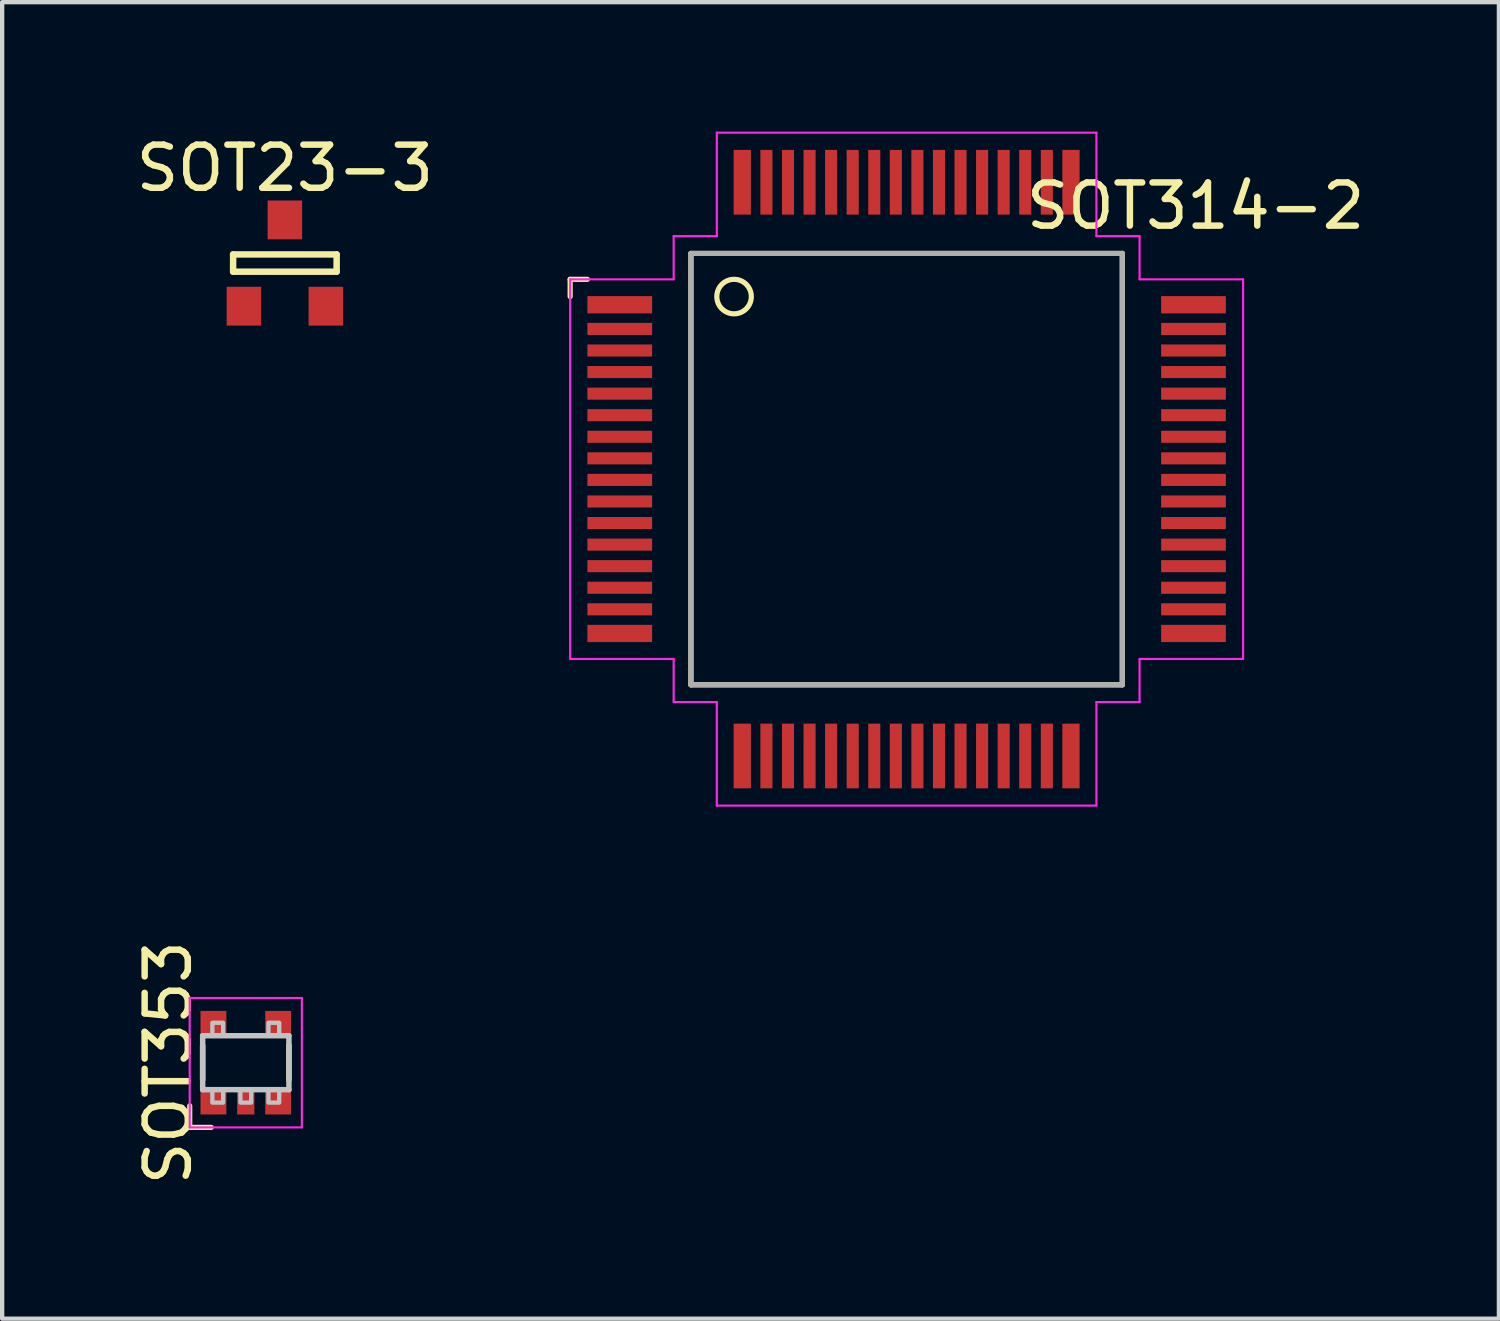
<source format=kicad_pcb>
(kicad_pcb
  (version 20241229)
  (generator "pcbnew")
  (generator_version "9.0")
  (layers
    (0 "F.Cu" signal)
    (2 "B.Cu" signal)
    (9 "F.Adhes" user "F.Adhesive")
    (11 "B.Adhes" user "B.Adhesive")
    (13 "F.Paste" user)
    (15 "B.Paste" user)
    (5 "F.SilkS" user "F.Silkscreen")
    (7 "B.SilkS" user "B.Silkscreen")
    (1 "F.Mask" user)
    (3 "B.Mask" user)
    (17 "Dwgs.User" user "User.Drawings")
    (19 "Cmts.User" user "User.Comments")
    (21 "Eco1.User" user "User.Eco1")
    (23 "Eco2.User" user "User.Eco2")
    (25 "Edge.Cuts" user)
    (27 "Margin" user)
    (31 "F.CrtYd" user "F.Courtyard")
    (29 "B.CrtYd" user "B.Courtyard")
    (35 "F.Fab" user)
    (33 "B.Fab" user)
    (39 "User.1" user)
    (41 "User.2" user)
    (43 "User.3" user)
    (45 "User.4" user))
  (footprint "SOT23-3"
    (layer "F.Cu")
    (at 3.554 3.048)
    (property "Reference" "SOT23-3" (at 0 -2.2 0) (layer "F.SilkS") (effects (font (size 1 1) (thickness 0.15))))
    (attr through_hole)
    (fp_line (start -1.2 -0.2) (end 1.2 -0.2) (stroke (width 0.15) (type solid)) (layer "F.SilkS"))
    (fp_line (start -1.2 0.2) (end -1.2 -0.2) (stroke (width 0.15) (type solid)) (layer "F.SilkS"))
    (fp_line (start 1.2 -0.2) (end 1.2 0.2) (stroke (width 0.15) (type solid)) (layer "F.SilkS"))
    (fp_line (start 1.2 0.2) (end -1.2 0.2) (stroke (width 0.15) (type solid)) (layer "F.SilkS"))
    (pad "1" smd rect (at -0.95 1) (size 0.8 0.9) (layers "F.Cu" "F.Mask" "F.Paste"))
    (pad "2" smd rect (at 0.95 1) (size 0.8 0.9) (layers "F.Cu" "F.Mask" "F.Paste"))
    (pad "3" smd rect (at 0 -1) (size 0.8 0.9) (layers "F.Cu" "F.Mask" "F.Paste")))
  (footprint "SOT314-2"
    (layer "F.Cu")
    (at 17.967 7.825)
    (property "Reference" "SOT314-2" (at 6.7 -6.1 0) (layer "F.SilkS") (effects (font (size 1 1) (thickness 0.15))))
    (attr through_hole)
    (fp_line (start -7.8 -4.4) (end -7.4 -4.4) (stroke (width 0.12) (type solid)) (layer "F.SilkS"))
    (fp_line (start -7.8 -4) (end -7.8 -4.4) (stroke (width 0.12) (type solid)) (layer "F.SilkS"))
    (fp_line (start -5 -5) (end 5 -5) (stroke (width 0.12) (type solid)) (layer "F.SilkS"))
    (fp_line (start -5 5) (end -5 -5) (stroke (width 0.12) (type solid)) (layer "F.SilkS"))
    (fp_line (start 5 -5) (end 5 5) (stroke (width 0.12) (type solid)) (layer "F.SilkS"))
    (fp_line (start 5 5) (end -5 5) (stroke (width 0.12) (type solid)) (layer "F.SilkS"))
    (fp_circle (center -4 -4) (end -3.6 -4) (stroke (width 0.12) (type solid)) (fill no) (layer "F.SilkS"))
    (fp_line (start -7.8 -4.4) (end -7.8 4.4) (stroke (width 0.05) (type solid)) (layer "F.CrtYd"))
    (fp_line (start -7.8 4.4) (end -5.4 4.4) (stroke (width 0.05) (type solid)) (layer "F.CrtYd"))
    (fp_line (start -5.4 -5.4) (end -5.4 -4.4) (stroke (width 0.05) (type solid)) (layer "F.CrtYd"))
    (fp_line (start -5.4 -4.4) (end -7.8 -4.4) (stroke (width 0.05) (type solid)) (layer "F.CrtYd"))
    (fp_line (start -5.4 4.4) (end -5.4 5.4) (stroke (width 0.05) (type solid)) (layer "F.CrtYd"))
    (fp_line (start -5.4 5.4) (end -4.4 5.4) (stroke (width 0.05) (type solid)) (layer "F.CrtYd"))
    (fp_line (start -4.4 -7.8) (end -4.4 -5.4) (stroke (width 0.05) (type solid)) (layer "F.CrtYd"))
    (fp_line (start -4.4 -5.4) (end -5.4 -5.4) (stroke (width 0.05) (type solid)) (layer "F.CrtYd"))
    (fp_line (start -4.4 5.4) (end -4.4 7.8) (stroke (width 0.05) (type solid)) (layer "F.CrtYd"))
    (fp_line (start -4.4 7.8) (end 4.4 7.8) (stroke (width 0.05) (type solid)) (layer "F.CrtYd"))
    (fp_line (start 4.4 -7.8) (end -4.4 -7.8) (stroke (width 0.05) (type solid)) (layer "F.CrtYd"))
    (fp_line (start 4.4 -5.4) (end 4.4 -7.8) (stroke (width 0.05) (type solid)) (layer "F.CrtYd"))
    (fp_line (start 4.4 5.4) (end 5.4 5.4) (stroke (width 0.05) (type solid)) (layer "F.CrtYd"))
    (fp_line (start 4.4 7.8) (end 4.4 5.4) (stroke (width 0.05) (type solid)) (layer "F.CrtYd"))
    (fp_line (start 5.4 -5.4) (end 4.4 -5.4) (stroke (width 0.05) (type solid)) (layer "F.CrtYd"))
    (fp_line (start 5.4 -4.4) (end 5.4 -5.4) (stroke (width 0.05) (type solid)) (layer "F.CrtYd"))
    (fp_line (start 5.4 4.4) (end 7.8 4.4) (stroke (width 0.05) (type solid)) (layer "F.CrtYd"))
    (fp_line (start 5.4 5.4) (end 5.4 4.4) (stroke (width 0.05) (type solid)) (layer "F.CrtYd"))
    (fp_line (start 7.8 -4.4) (end 5.4 -4.4) (stroke (width 0.05) (type solid)) (layer "F.CrtYd"))
    (fp_line (start 7.8 4.4) (end 7.8 -4.4) (stroke (width 0.05) (type solid)) (layer "F.CrtYd"))
    (fp_line (start -5 -5) (end 5 -5) (stroke (width 0.12) (type solid)) (layer "F.Fab"))
    (fp_line (start -5 5) (end -5 -5) (stroke (width 0.12) (type solid)) (layer "F.Fab"))
    (fp_line (start 5 -5) (end 5 5) (stroke (width 0.12) (type solid)) (layer "F.Fab"))
    (fp_line (start 5 5) (end -5 5) (stroke (width 0.12) (type solid)) (layer "F.Fab"))
    (pad "1" smd rect (at -6.65 -3.81) (size 1.5 0.4) (layers "F.Cu" "F.Mask" "F.Paste"))
    (pad "2" smd rect (at -6.65 -3.25) (size 1.5 0.28) (layers "F.Cu" "F.Mask" "F.Paste"))
    (pad "3" smd rect (at -6.65 -2.75) (size 1.5 0.28) (layers "F.Cu" "F.Mask" "F.Paste"))
    (pad "4" smd rect (at -6.65 -2.25) (size 1.5 0.28) (layers "F.Cu" "F.Mask" "F.Paste"))
    (pad "5" smd rect (at -6.65 -1.75) (size 1.5 0.28) (layers "F.Cu" "F.Mask" "F.Paste"))
    (pad "6" smd rect (at -6.65 -1.25) (size 1.5 0.28) (layers "F.Cu" "F.Mask" "F.Paste"))
    (pad "7" smd rect (at -6.65 -0.75) (size 1.5 0.28) (layers "F.Cu" "F.Mask" "F.Paste"))
    (pad "8" smd rect (at -6.65 -0.25) (size 1.5 0.28) (layers "F.Cu" "F.Mask" "F.Paste"))
    (pad "9" smd rect (at -6.65 0.25) (size 1.5 0.28) (layers "F.Cu" "F.Mask" "F.Paste"))
    (pad "10" smd rect (at -6.65 0.75) (size 1.5 0.28) (layers "F.Cu" "F.Mask" "F.Paste"))
    (pad "11" smd rect (at -6.65 1.25) (size 1.5 0.28) (layers "F.Cu" "F.Mask" "F.Paste"))
    (pad "12" smd rect (at -6.65 1.75) (size 1.5 0.28) (layers "F.Cu" "F.Mask" "F.Paste"))
    (pad "13" smd rect (at -6.65 2.25) (size 1.5 0.28) (layers "F.Cu" "F.Mask" "F.Paste"))
    (pad "14" smd rect (at -6.65 2.75) (size 1.5 0.28) (layers "F.Cu" "F.Mask" "F.Paste"))
    (pad "15" smd rect (at -6.65 3.25) (size 1.5 0.28) (layers "F.Cu" "F.Mask" "F.Paste"))
    (pad "16" smd rect (at -6.65 3.81) (size 1.5 0.4) (layers "F.Cu" "F.Mask" "F.Paste"))
    (pad "17" smd rect (at -3.81 6.65 90) (size 1.5 0.4) (layers "F.Cu" "F.Mask" "F.Paste"))
    (pad "18" smd rect (at -3.25 6.65 90) (size 1.5 0.28) (layers "F.Cu" "F.Mask" "F.Paste"))
    (pad "19" smd rect (at -2.75 6.65 90) (size 1.5 0.28) (layers "F.Cu" "F.Mask" "F.Paste"))
    (pad "20" smd rect (at -2.25 6.65 90) (size 1.5 0.28) (layers "F.Cu" "F.Mask" "F.Paste"))
    (pad "21" smd rect (at -1.75 6.65 90) (size 1.5 0.28) (layers "F.Cu" "F.Mask" "F.Paste"))
    (pad "22" smd rect (at -1.25 6.65 90) (size 1.5 0.28) (layers "F.Cu" "F.Mask" "F.Paste"))
    (pad "23" smd rect (at -0.75 6.65 90) (size 1.5 0.28) (layers "F.Cu" "F.Mask" "F.Paste"))
    (pad "24" smd rect (at -0.25 6.65 90) (size 1.5 0.28) (layers "F.Cu" "F.Mask" "F.Paste"))
    (pad "25" smd rect (at 0.25 6.65 90) (size 1.5 0.28) (layers "F.Cu" "F.Mask" "F.Paste"))
    (pad "26" smd rect (at 0.75 6.65 90) (size 1.5 0.28) (layers "F.Cu" "F.Mask" "F.Paste"))
    (pad "27" smd rect (at 1.25 6.65 90) (size 1.5 0.28) (layers "F.Cu" "F.Mask" "F.Paste"))
    (pad "28" smd rect (at 1.75 6.65 90) (size 1.5 0.28) (layers "F.Cu" "F.Mask" "F.Paste"))
    (pad "29" smd rect (at 2.25 6.65 90) (size 1.5 0.28) (layers "F.Cu" "F.Mask" "F.Paste"))
    (pad "30" smd rect (at 2.75 6.65 90) (size 1.5 0.28) (layers "F.Cu" "F.Mask" "F.Paste"))
    (pad "31" smd rect (at 3.25 6.65 90) (size 1.5 0.28) (layers "F.Cu" "F.Mask" "F.Paste"))
    (pad "32" smd rect (at 3.81 6.65 90) (size 1.5 0.4) (layers "F.Cu" "F.Mask" "F.Paste"))
    (pad "33" smd rect (at 6.65 3.81 180) (size 1.5 0.4) (layers "F.Cu" "F.Mask" "F.Paste"))
    (pad "34" smd rect (at 6.65 3.25 180) (size 1.5 0.28) (layers "F.Cu" "F.Mask" "F.Paste"))
    (pad "35" smd rect (at 6.65 2.75 180) (size 1.5 0.28) (layers "F.Cu" "F.Mask" "F.Paste"))
    (pad "36" smd rect (at 6.65 2.25 180) (size 1.5 0.28) (layers "F.Cu" "F.Mask" "F.Paste"))
    (pad "37" smd rect (at 6.65 1.75 180) (size 1.5 0.28) (layers "F.Cu" "F.Mask" "F.Paste"))
    (pad "38" smd rect (at 6.65 1.25 180) (size 1.5 0.28) (layers "F.Cu" "F.Mask" "F.Paste"))
    (pad "39" smd rect (at 6.65 0.75 180) (size 1.5 0.28) (layers "F.Cu" "F.Mask" "F.Paste"))
    (pad "40" smd rect (at 6.65 0.25 180) (size 1.5 0.28) (layers "F.Cu" "F.Mask" "F.Paste"))
    (pad "41" smd rect (at 6.65 -0.25 180) (size 1.5 0.28) (layers "F.Cu" "F.Mask" "F.Paste"))
    (pad "42" smd rect (at 6.65 -0.75 180) (size 1.5 0.28) (layers "F.Cu" "F.Mask" "F.Paste"))
    (pad "43" smd rect (at 6.65 -1.25 180) (size 1.5 0.28) (layers "F.Cu" "F.Mask" "F.Paste"))
    (pad "44" smd rect (at 6.65 -1.75 180) (size 1.5 0.28) (layers "F.Cu" "F.Mask" "F.Paste"))
    (pad "45" smd rect (at 6.65 -2.25 180) (size 1.5 0.28) (layers "F.Cu" "F.Mask" "F.Paste"))
    (pad "46" smd rect (at 6.65 -2.75 180) (size 1.5 0.28) (layers "F.Cu" "F.Mask" "F.Paste"))
    (pad "47" smd rect (at 6.65 -3.25 180) (size 1.5 0.28) (layers "F.Cu" "F.Mask" "F.Paste"))
    (pad "48" smd rect (at 6.65 -3.81 180) (size 1.5 0.4) (layers "F.Cu" "F.Mask" "F.Paste"))
    (pad "49" smd rect (at 3.81 -6.65 270) (size 1.5 0.4) (layers "F.Cu" "F.Mask" "F.Paste"))
    (pad "50" smd rect (at 3.25 -6.65 270) (size 1.5 0.28) (layers "F.Cu" "F.Mask" "F.Paste"))
    (pad "51" smd rect (at 2.75 -6.65 270) (size 1.5 0.28) (layers "F.Cu" "F.Mask" "F.Paste"))
    (pad "52" smd rect (at 2.25 -6.65 270) (size 1.5 0.28) (layers "F.Cu" "F.Mask" "F.Paste"))
    (pad "53" smd rect (at 1.75 -6.65 270) (size 1.5 0.28) (layers "F.Cu" "F.Mask" "F.Paste"))
    (pad "54" smd rect (at 1.25 -6.65 270) (size 1.5 0.28) (layers "F.Cu" "F.Mask" "F.Paste"))
    (pad "55" smd rect (at 0.75 -6.65 270) (size 1.5 0.28) (layers "F.Cu" "F.Mask" "F.Paste"))
    (pad "56" smd rect (at 0.25 -6.65 270) (size 1.5 0.28) (layers "F.Cu" "F.Mask" "F.Paste"))
    (pad "57" smd rect (at -0.25 -6.65 270) (size 1.5 0.28) (layers "F.Cu" "F.Mask" "F.Paste"))
    (pad "58" smd rect (at -0.75 -6.65 270) (size 1.5 0.28) (layers "F.Cu" "F.Mask" "F.Paste"))
    (pad "59" smd rect (at -1.25 -6.65 270) (size 1.5 0.28) (layers "F.Cu" "F.Mask" "F.Paste"))
    (pad "60" smd rect (at -1.75 -6.65 270) (size 1.5 0.28) (layers "F.Cu" "F.Mask" "F.Paste"))
    (pad "61" smd rect (at -2.25 -6.65 270) (size 1.5 0.28) (layers "F.Cu" "F.Mask" "F.Paste"))
    (pad "62" smd rect (at -2.75 -6.65 270) (size 1.5 0.28) (layers "F.Cu" "F.Mask" "F.Paste"))
    (pad "63" smd rect (at -3.25 -6.65 270) (size 1.5 0.28) (layers "F.Cu" "F.Mask" "F.Paste"))
    (pad "64" smd rect (at -3.81 -6.65 270) (size 1.5 0.4) (layers "F.Cu" "F.Mask" "F.Paste")))
  (footprint "SOT353"
    (layer "F.Cu")
    (at 2.648 21.585)
    (property "Reference" "SOT353" (at -1.8 0 90) (layer "F.SilkS") (effects (font (size 1 1) (thickness 0.15))))
    (attr through_hole)
    (fp_line (start -1.3 1.5) (end -1.3 1) (stroke (width 0.12) (type solid)) (layer "F.SilkS"))
    (fp_line (start -1 0.4) (end -1 -0.4) (stroke (width 0.127) (type solid)) (layer "F.SilkS"))
    (fp_line (start -0.8 1.5) (end -1.3 1.5) (stroke (width 0.12) (type solid)) (layer "F.SilkS"))
    (fp_line (start 1 0.4) (end 1 -0.4) (stroke (width 0.127) (type solid)) (layer "F.SilkS"))
    (fp_line (start -1 -0.625) (end -1 0.625) (stroke (width 0.127) (type solid)) (layer "Dwgs.User"))
    (fp_line (start -1 -0.625) (end 1 -0.625) (stroke (width 0.127) (type solid)) (layer "Dwgs.User"))
    (fp_line (start 1 0.625) (end -1 0.625) (stroke (width 0.127) (type solid)) (layer "Dwgs.User"))
    (fp_line (start 1 0.625) (end 1 -0.625) (stroke (width 0.127) (type solid)) (layer "Dwgs.User"))
    (fp_poly (pts (xy -0.775 -0.625) (xy -0.525 -0.625) (xy -0.525 -0.925) (xy -0.775 -0.925)) (stroke (width 0.1) (type solid)) (fill no) (layer "Dwgs.User"))
    (fp_poly (pts (xy -0.775 0.925) (xy -0.525 0.925) (xy -0.525 0.625) (xy -0.775 0.625)) (stroke (width 0.1) (type solid)) (fill no) (layer "Dwgs.User"))
    (fp_poly (pts (xy -0.125 0.925) (xy 0.125 0.925) (xy 0.125 0.625) (xy -0.125 0.625)) (stroke (width 0.1) (type solid)) (fill no) (layer "Dwgs.User"))
    (fp_poly (pts (xy 0.525 -0.625) (xy 0.775 -0.625) (xy 0.775 -0.925) (xy 0.525 -0.925)) (stroke (width 0.1) (type solid)) (fill no) (layer "Dwgs.User"))
    (fp_poly (pts (xy 0.525 0.925) (xy 0.775 0.925) (xy 0.775 0.625) (xy 0.525 0.625)) (stroke (width 0.1) (type solid)) (fill no) (layer "Dwgs.User"))
    (fp_line (start -1.3 -1.5) (end 1.3 -1.5) (stroke (width 0.05) (type solid)) (layer "F.CrtYd"))
    (fp_line (start -1.3 1.5) (end -1.3 -1.5) (stroke (width 0.05) (type solid)) (layer "F.CrtYd"))
    (fp_line (start 1.3 -1.5) (end 1.3 1.5) (stroke (width 0.05) (type solid)) (layer "F.CrtYd"))
    (fp_line (start 1.3 1.5) (end -1.3 1.5) (stroke (width 0.05) (type solid)) (layer "F.CrtYd"))
    (pad "1" smd rect (at -0.75 0.9) (size 0.6 0.6) (layers "F.Cu" "F.Mask" "F.Paste"))
    (pad "2" smd rect (at 0 0.9) (size 0.4 0.6) (layers "F.Cu" "F.Mask" "F.Paste"))
    (pad "3" smd rect (at 0.75 0.9) (size 0.6 0.6) (layers "F.Cu" "F.Mask" "F.Paste"))
    (pad "4" smd rect (at 0.75 -0.9) (size 0.6 0.6) (layers "F.Cu" "F.Mask" "F.Paste"))
    (pad "5" smd rect (at -0.75 -0.9) (size 0.6 0.6) (layers "F.Cu" "F.Mask" "F.Paste")))
  (gr_rect
    (start -3 -3)
    (end 31.697 27.519)
    (stroke (width 0.1) (type default))
    (fill no)
    (layer "Edge.Cuts")))
</source>
